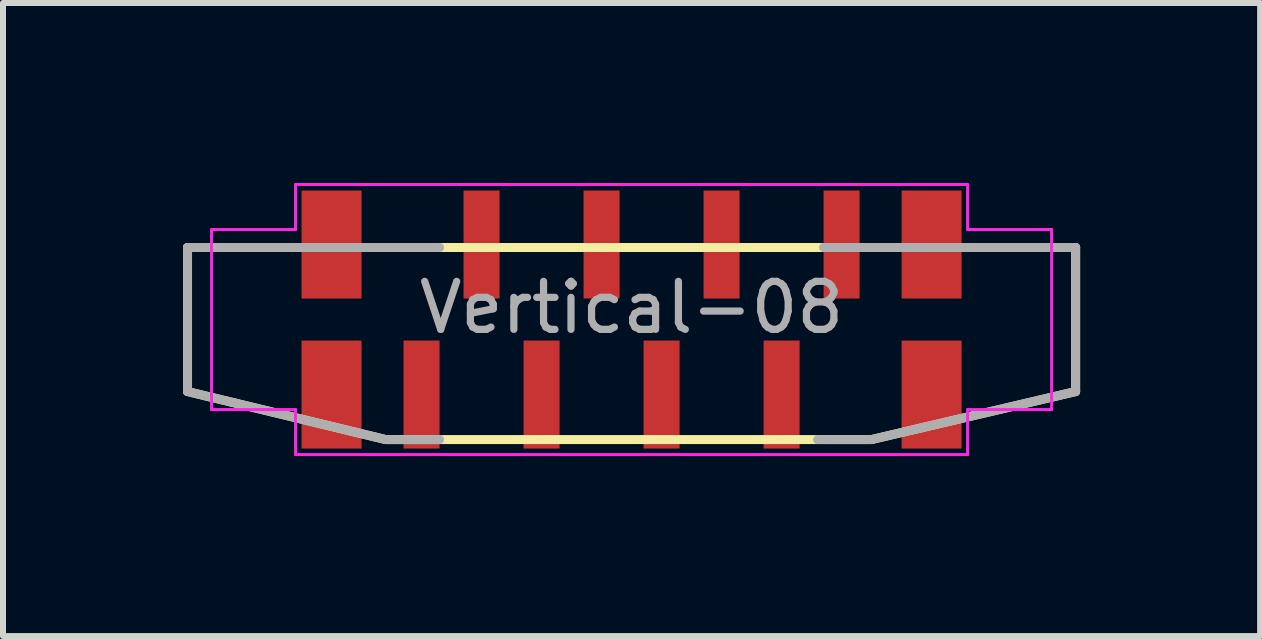
<source format=kicad_pcb>
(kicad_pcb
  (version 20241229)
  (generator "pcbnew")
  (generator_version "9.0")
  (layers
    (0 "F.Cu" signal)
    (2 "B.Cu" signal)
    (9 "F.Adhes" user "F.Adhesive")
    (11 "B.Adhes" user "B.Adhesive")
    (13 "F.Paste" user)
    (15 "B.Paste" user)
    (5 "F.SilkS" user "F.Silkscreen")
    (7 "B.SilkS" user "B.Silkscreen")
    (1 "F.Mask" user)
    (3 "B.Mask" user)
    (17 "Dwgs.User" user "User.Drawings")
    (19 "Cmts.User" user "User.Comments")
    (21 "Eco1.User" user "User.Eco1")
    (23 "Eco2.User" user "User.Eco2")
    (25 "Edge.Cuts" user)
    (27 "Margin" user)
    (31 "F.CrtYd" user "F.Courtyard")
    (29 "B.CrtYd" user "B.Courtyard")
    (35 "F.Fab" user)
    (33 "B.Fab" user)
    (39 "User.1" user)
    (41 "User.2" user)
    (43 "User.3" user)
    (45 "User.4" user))
  (footprint "Vertical-08"
    (layer "F.Cu")
    (at 7.475 2.275)
    (property "Reference" "Vertical-08" (at 0 -0.2 0) (layer "F.Fab") (effects (font (size 0.8 0.8) (thickness 0.12))))
    (attr through_hole)
    (fp_line (start -7.4 1.2) (end -7.4 -1.2) (stroke (width 0.15) (type solid)) (layer "F.SilkS"))
    (fp_line (start -7.4 1.2) (end -4.1 2) (stroke (width 0.15) (type solid)) (layer "F.SilkS"))
    (fp_line (start 4 2) (end -4.1 2) (stroke (width 0.15) (type solid)) (layer "F.SilkS"))
    (fp_line (start 4 2) (end 7.4 1.2) (stroke (width 0.15) (type solid)) (layer "F.SilkS"))
    (fp_line (start 7.4 -1.2) (end -7.4 -1.2) (stroke (width 0.15) (type solid)) (layer "F.SilkS"))
    (fp_line (start 7.4 1.2) (end 7.4 -1.2) (stroke (width 0.15) (type solid)) (layer "F.SilkS"))
    (fp_line (start -7 -1.5) (end -7 1.5) (stroke (width 0.05) (type solid)) (layer "F.CrtYd"))
    (fp_line (start -7 -1.5) (end -5.6 -1.5) (stroke (width 0.05) (type solid)) (layer "F.CrtYd"))
    (fp_line (start -7 1.5) (end -5.6 1.5) (stroke (width 0.05) (type solid)) (layer "F.CrtYd"))
    (fp_line (start -5.6 -1.5) (end -5.6 -2.25) (stroke (width 0.05) (type solid)) (layer "F.CrtYd"))
    (fp_line (start -5.6 2.25) (end -5.6 1.5) (stroke (width 0.05) (type solid)) (layer "F.CrtYd"))
    (fp_line (start 5.6 -2.25) (end -5.6 -2.25) (stroke (width 0.05) (type solid)) (layer "F.CrtYd"))
    (fp_line (start 5.6 -1.5) (end 5.6 -2.25) (stroke (width 0.05) (type solid)) (layer "F.CrtYd"))
    (fp_line (start 5.6 -1.5) (end 7 -1.5) (stroke (width 0.05) (type solid)) (layer "F.CrtYd"))
    (fp_line (start 5.6 1.5) (end 7 1.5) (stroke (width 0.05) (type solid)) (layer "F.CrtYd"))
    (fp_line (start 5.6 2.25) (end -5.6 2.25) (stroke (width 0.05) (type solid)) (layer "F.CrtYd"))
    (fp_line (start 5.6 2.25) (end 5.6 1.5) (stroke (width 0.05) (type solid)) (layer "F.CrtYd"))
    (fp_line (start 7 -1.5) (end 7 1.5) (stroke (width 0.05) (type solid)) (layer "F.CrtYd"))
    (fp_line (start -7.4 -1.2) (end -7.4 1.2) (stroke (width 0.15) (type solid)) (layer "F.Fab"))
    (fp_line (start -7.4 -1.2) (end -3.2 -1.2) (stroke (width 0.15) (type solid)) (layer "F.Fab"))
    (fp_line (start -7.4 1.2) (end -4.1 2) (stroke (width 0.15) (type solid)) (layer "F.Fab"))
    (fp_line (start -4.1 2) (end -3.2 2) (stroke (width 0.15) (type solid)) (layer "F.Fab"))
    (fp_line (start 3.1 2) (end 4 2) (stroke (width 0.15) (type solid)) (layer "F.Fab"))
    (fp_line (start 3.2 -1.2) (end 7.4 -1.2) (stroke (width 0.15) (type solid)) (layer "F.Fab"))
    (fp_line (start 7.4 -1.2) (end 7.4 1.2) (stroke (width 0.15) (type solid)) (layer "F.Fab"))
    (fp_line (start 7.4 1.2) (end 4 2) (stroke (width 0.15) (type solid)) (layer "F.Fab"))
    (pad "0" smd rect (at -5 -1.25) (size 1 1.8) (layers "F.Cu" "F.Mask" "F.Paste"))
    (pad "0" smd rect (at -5 1.25) (size 1 1.8) (layers "F.Cu" "F.Mask" "F.Paste"))
    (pad "0" smd rect (at 5 -1.25) (size 1 1.8) (layers "F.Cu" "F.Mask" "F.Paste"))
    (pad "0" smd rect (at 5 1.25) (size 1 1.8) (layers "F.Cu" "F.Mask" "F.Paste"))
    (pad "1" smd rect (at -3.5 1.25) (size 0.6 1.8) (layers "F.Cu" "F.Mask" "F.Paste"))
    (pad "2" smd rect (at -2.5 -1.25) (size 0.6 1.8) (layers "F.Cu" "F.Mask" "F.Paste"))
    (pad "3" smd rect (at -1.5 1.25) (size 0.6 1.8) (layers "F.Cu" "F.Mask" "F.Paste"))
    (pad "4" smd rect (at -0.5 -1.25) (size 0.6 1.8) (layers "F.Cu" "F.Mask" "F.Paste"))
    (pad "5" smd rect (at 0.5 1.25) (size 0.6 1.8) (layers "F.Cu" "F.Mask" "F.Paste"))
    (pad "6" smd rect (at 1.5 -1.25) (size 0.6 1.8) (layers "F.Cu" "F.Mask" "F.Paste"))
    (pad "7" smd rect (at 2.5 1.25) (size 0.6 1.8) (layers "F.Cu" "F.Mask" "F.Paste"))
    (pad "8" smd rect (at 3.5 -1.25) (size 0.6 1.8) (layers "F.Cu" "F.Mask" "F.Paste")))
  (gr_rect
    (start -3 -3)
    (end 17.95 7.55)
    (stroke (width 0.1) (type default))
    (fill no)
    (layer "Edge.Cuts")))
</source>
